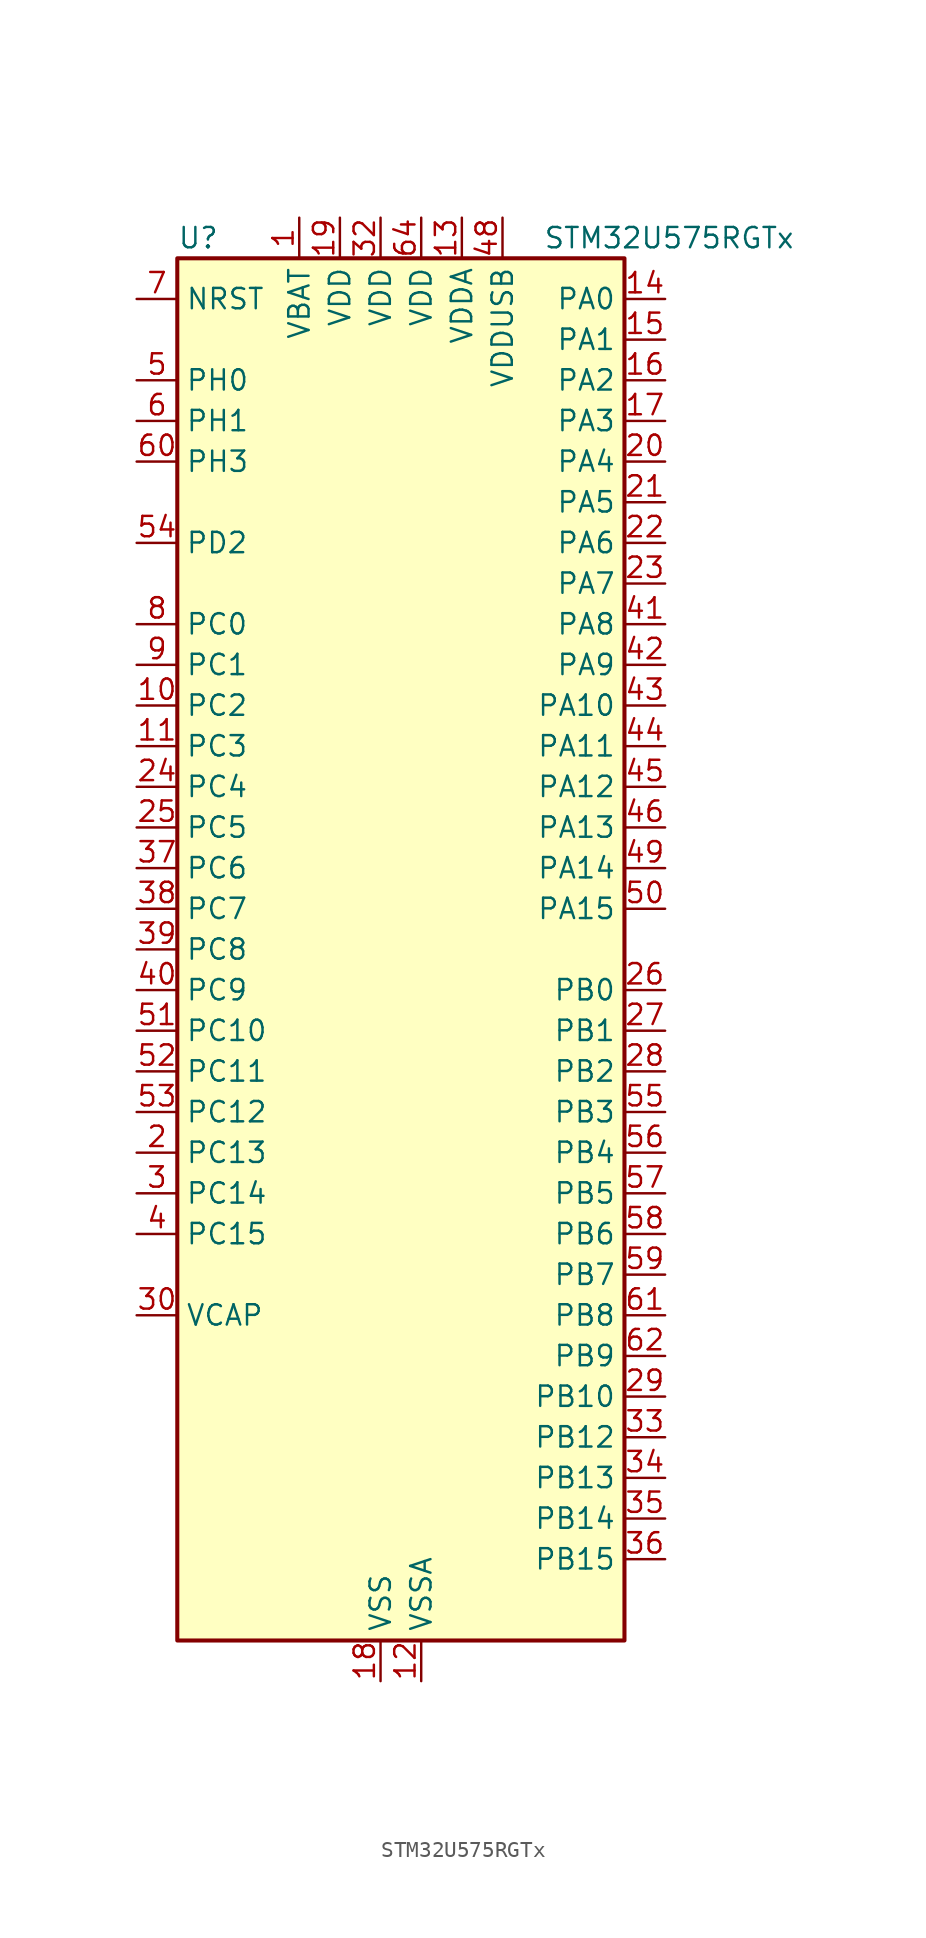
<source format=kicad_sym>
(kicad_symbol_lib
  (version 20220914)
  (generator kicad_symbol_editor)
  (symbol "STM32U575RGTx"
    (property "Reference" "U"
      (at -12.7 44.45 0)
      (effects (font (size 1.27 1.27)) (justify left)))
    (property "Value" "STM32U575RGTx"
      (at 10.16 44.45 0)
      (effects (font (size 1.27 1.27)) (justify left)))
    (property "ki_locked" ""
      (at 0 0 0)
      (effects (font (size 1.27 1.27))))
    (symbol "STM32U575RGTx_0_1"
      (rectangle (start -12.7 -43.18) (end 15.24 43.18) (stroke (width 0.254) (type default)) (fill (type background))))
    (symbol "STM32U575RGTx_1_1"
      (pin power_in line (at -5.08 45.72 270) (length 2.54) (name "VBAT" (effects (font (size 1.27 1.27)))) (number "1" (effects (font (size 1.27 1.27)))))
      (pin bidirectional line (at -15.24 15.24 0) (length 2.54) (name "PC2" (effects (font (size 1.27 1.27)))) (number "10" (effects (font (size 1.27 1.27)))) (alternate "ADC1_IN3" bidirectional line) (alternate "ADC4_IN3" bidirectional line) (alternate "LPTIM1_IN2" bidirectional line) (alternate "MDF1_CCK1" bidirectional line) (alternate "OCTOSPIM_P1_IO5" bidirectional line) (alternate "SPI2_MISO" bidirectional line))
      (pin bidirectional line (at -15.24 12.7 0) (length 2.54) (name "PC3" (effects (font (size 1.27 1.27)))) (number "11" (effects (font (size 1.27 1.27)))) (alternate "ADC1_IN4" bidirectional line) (alternate "ADC4_IN4" bidirectional line) (alternate "LPTIM1_ETR" bidirectional line) (alternate "LPTIM2_ETR" bidirectional line) (alternate "LPTIM3_CH1" bidirectional line) (alternate "OCTOSPIM_P1_IO6" bidirectional line) (alternate "SAI1_D1" bidirectional line) (alternate "SAI1_SD_A" bidirectional line) (alternate "SPI2_MOSI" bidirectional line))
      (pin power_in line (at 2.54 -45.72 90) (length 2.54) (name "VSSA" (effects (font (size 1.27 1.27)))) (number "12" (effects (font (size 1.27 1.27)))))
      (pin power_in line (at 5.08 45.72 270) (length 2.54) (name "VDDA" (effects (font (size 1.27 1.27)))) (number "13" (effects (font (size 1.27 1.27)))))
      (pin bidirectional line (at 17.78 40.64 180) (length 2.54) (name "PA0" (effects (font (size 1.27 1.27)))) (number "14" (effects (font (size 1.27 1.27)))) (alternate "ADC1_IN5" bidirectional line) (alternate "AUDIOCLK" bidirectional line) (alternate "OCTOSPIM_P2_NCS" bidirectional line) (alternate "OPAMP1_VINP" bidirectional line) (alternate "PWR_WKUP1" bidirectional line) (alternate "SDMMC2_CMD" bidirectional line) (alternate "SPI3_RDY" bidirectional line) (alternate "TAMP_IN2" bidirectional line) (alternate "TAMP_OUT1" bidirectional line) (alternate "TIM2_CH1" bidirectional line) (alternate "TIM2_ETR" bidirectional line) (alternate "TIM5_CH1" bidirectional line) (alternate "TIM8_ETR" bidirectional line) (alternate "UART4_TX" bidirectional line) (alternate "USART2_CTS" bidirectional line))
      (pin bidirectional line (at 17.78 38.1 180) (length 2.54) (name "PA1" (effects (font (size 1.27 1.27)))) (number "15" (effects (font (size 1.27 1.27)))) (alternate "ADC1_IN6" bidirectional line) (alternate "I2C1_SMBA" bidirectional line) (alternate "LPTIM1_CH2" bidirectional line) (alternate "OCTOSPIM_P1_DQS" bidirectional line) (alternate "OPAMP1_VINM" bidirectional line) (alternate "PWR_WKUP3" bidirectional line) (alternate "SPI1_SCK" bidirectional line) (alternate "TAMP_IN5" bidirectional line) (alternate "TAMP_OUT4" bidirectional line) (alternate "TIM15_CH1N" bidirectional line) (alternate "TIM2_CH2" bidirectional line) (alternate "TIM5_CH2" bidirectional line) (alternate "UART4_RX" bidirectional line) (alternate "USART2_DE" bidirectional line) (alternate "USART2_RTS" bidirectional line))
      (pin bidirectional line (at 17.78 35.56 180) (length 2.54) (name "PA2" (effects (font (size 1.27 1.27)))) (number "16" (effects (font (size 1.27 1.27)))) (alternate "ADC1_IN7" bidirectional line) (alternate "COMP1_INP" bidirectional line) (alternate "LPUART1_TX" bidirectional line) (alternate "OCTOSPIM_P1_NCS" bidirectional line) (alternate "PWR_WKUP4" bidirectional line) (alternate "RCC_LSCO" bidirectional line) (alternate "SPI1_RDY" bidirectional line) (alternate "TIM15_CH1" bidirectional line) (alternate "TIM2_CH3" bidirectional line) (alternate "TIM5_CH3" bidirectional line) (alternate "UCPD1_FRSTX1" bidirectional line) (alternate "USART2_TX" bidirectional line))
      (pin bidirectional line (at 17.78 33.02 180) (length 2.54) (name "PA3" (effects (font (size 1.27 1.27)))) (number "17" (effects (font (size 1.27 1.27)))) (alternate "ADC1_IN8" bidirectional line) (alternate "LPUART1_RX" bidirectional line) (alternate "OCTOSPIM_P1_CLK" bidirectional line) (alternate "OPAMP1_VOUT" bidirectional line) (alternate "PWR_WKUP5" bidirectional line) (alternate "SAI1_CK1" bidirectional line) (alternate "SAI1_MCLK_A" bidirectional line) (alternate "TIM15_CH2" bidirectional line) (alternate "TIM2_CH4" bidirectional line) (alternate "TIM5_CH4" bidirectional line) (alternate "USART2_RX" bidirectional line))
      (pin power_in line (at 0 -45.72 90) (length 2.54) (name "VSS" (effects (font (size 1.27 1.27)))) (number "18" (effects (font (size 1.27 1.27)))))
      (pin power_in line (at -2.54 45.72 270) (length 2.54) (name "VDD" (effects (font (size 1.27 1.27)))) (number "19" (effects (font (size 1.27 1.27)))))
      (pin bidirectional line (at -15.24 -12.7 0) (length 2.54) (name "PC13" (effects (font (size 1.27 1.27)))) (number "2" (effects (font (size 1.27 1.27)))) (alternate "PWR_WKUP2" bidirectional line) (alternate "RTC_OUT1" bidirectional line) (alternate "RTC_TS" bidirectional line) (alternate "TAMP_IN1" bidirectional line) (alternate "TAMP_OUT2" bidirectional line))
      (pin bidirectional line (at 17.78 30.48 180) (length 2.54) (name "PA4" (effects (font (size 1.27 1.27)))) (number "20" (effects (font (size 1.27 1.27)))) (alternate "ADC1_IN9" bidirectional line) (alternate "ADC4_IN9" bidirectional line) (alternate "DAC1_OUT1" bidirectional line) (alternate "DCMI_HSYNC" bidirectional line) (alternate "LPTIM2_CH1" bidirectional line) (alternate "OCTOSPIM_P1_NCS" bidirectional line) (alternate "PSSI_DE" bidirectional line) (alternate "PWR_WKUP2" bidirectional line) (alternate "SAI1_FS_B" bidirectional line) (alternate "SPI1_NSS" bidirectional line) (alternate "SPI3_NSS" bidirectional line) (alternate "USART2_CK" bidirectional line))
      (pin bidirectional line (at 17.78 27.94 180) (length 2.54) (name "PA5" (effects (font (size 1.27 1.27)))) (number "21" (effects (font (size 1.27 1.27)))) (alternate "ADC1_IN10" bidirectional line) (alternate "ADC4_IN10" bidirectional line) (alternate "DAC1_OUT2" bidirectional line) (alternate "LPTIM2_ETR" bidirectional line) (alternate "PSSI_D14" bidirectional line) (alternate "PWR_CSLEEP" bidirectional line) (alternate "PWR_WKUP6" bidirectional line) (alternate "SPI1_SCK" bidirectional line) (alternate "TIM2_CH1" bidirectional line) (alternate "TIM2_ETR" bidirectional line) (alternate "TIM8_CH1N" bidirectional line) (alternate "USART3_RX" bidirectional line))
      (pin bidirectional line (at 17.78 25.4 180) (length 2.54) (name "PA6" (effects (font (size 1.27 1.27)))) (number "22" (effects (font (size 1.27 1.27)))) (alternate "ADC1_IN11" bidirectional line) (alternate "ADC4_IN11" bidirectional line) (alternate "DCMI_PIXCLK" bidirectional line) (alternate "LPUART1_CTS" bidirectional line) (alternate "OCTOSPIM_P1_IO3" bidirectional line) (alternate "OPAMP2_VINP" bidirectional line) (alternate "PSSI_PDCK" bidirectional line) (alternate "PWR_CDSTOP" bidirectional line) (alternate "PWR_WKUP7" bidirectional line) (alternate "SPI1_MISO" bidirectional line) (alternate "TIM16_CH1" bidirectional line) (alternate "TIM1_BKIN" bidirectional line) (alternate "TIM3_CH1" bidirectional line) (alternate "TIM8_BKIN" bidirectional line) (alternate "USART3_CTS" bidirectional line))
      (pin bidirectional line (at 17.78 22.86 180) (length 2.54) (name "PA7" (effects (font (size 1.27 1.27)))) (number "23" (effects (font (size 1.27 1.27)))) (alternate "ADC1_IN12" bidirectional line) (alternate "ADC4_IN20" bidirectional line) (alternate "I2C3_SCL" bidirectional line) (alternate "LPTIM2_CH2" bidirectional line) (alternate "OCTOSPIM_P1_IO2" bidirectional line) (alternate "OPAMP2_VINM" bidirectional line) (alternate "PWR_SRDSTOP" bidirectional line) (alternate "PWR_WKUP8" bidirectional line) (alternate "SPI1_MOSI" bidirectional line) (alternate "TIM17_CH1" bidirectional line) (alternate "TIM1_CH1N" bidirectional line) (alternate "TIM3_CH2" bidirectional line) (alternate "TIM8_CH1N" bidirectional line) (alternate "USART3_TX" bidirectional line))
      (pin bidirectional line (at -15.24 10.16 0) (length 2.54) (name "PC4" (effects (font (size 1.27 1.27)))) (number "24" (effects (font (size 1.27 1.27)))) (alternate "ADC1_IN13" bidirectional line) (alternate "ADC4_IN22" bidirectional line) (alternate "COMP1_INM" bidirectional line) (alternate "OCTOSPIM_P1_IO7" bidirectional line) (alternate "USART3_TX" bidirectional line))
      (pin bidirectional line (at -15.24 7.62 0) (length 2.54) (name "PC5" (effects (font (size 1.27 1.27)))) (number "25" (effects (font (size 1.27 1.27)))) (alternate "ADC1_IN14" bidirectional line) (alternate "ADC4_IN23" bidirectional line) (alternate "COMP1_INP" bidirectional line) (alternate "PSSI_D15" bidirectional line) (alternate "PWR_WKUP5" bidirectional line) (alternate "SAI1_D3" bidirectional line) (alternate "TAMP_IN4" bidirectional line) (alternate "TAMP_OUT5" bidirectional line) (alternate "TIM1_CH4N" bidirectional line) (alternate "USART3_RX" bidirectional line))
      (pin bidirectional line (at 17.78 -2.54 180) (length 2.54) (name "PB0" (effects (font (size 1.27 1.27)))) (number "26" (effects (font (size 1.27 1.27)))) (alternate "ADC1_IN15" bidirectional line) (alternate "ADC4_IN18" bidirectional line) (alternate "AUDIOCLK" bidirectional line) (alternate "COMP1_OUT" bidirectional line) (alternate "LPTIM3_CH1" bidirectional line) (alternate "OCTOSPIM_P1_IO1" bidirectional line) (alternate "OPAMP2_VOUT" bidirectional line) (alternate "SPI1_NSS" bidirectional line) (alternate "TIM1_CH2N" bidirectional line) (alternate "TIM3_CH3" bidirectional line) (alternate "TIM8_CH2N" bidirectional line) (alternate "USART3_CK" bidirectional line))
      (pin bidirectional line (at 17.78 -5.08 180) (length 2.54) (name "PB1" (effects (font (size 1.27 1.27)))) (number "27" (effects (font (size 1.27 1.27)))) (alternate "ADC1_IN16" bidirectional line) (alternate "ADC4_IN19" bidirectional line) (alternate "COMP1_INM" bidirectional line) (alternate "LPTIM2_IN1" bidirectional line) (alternate "LPTIM3_CH2" bidirectional line) (alternate "LPUART1_DE" bidirectional line) (alternate "LPUART1_RTS" bidirectional line) (alternate "MDF1_SDI0" bidirectional line) (alternate "OCTOSPIM_P1_IO0" bidirectional line) (alternate "PWR_WKUP4" bidirectional line) (alternate "TIM1_CH3N" bidirectional line) (alternate "TIM3_CH4" bidirectional line) (alternate "TIM8_CH3N" bidirectional line) (alternate "USART3_DE" bidirectional line) (alternate "USART3_RTS" bidirectional line))
      (pin bidirectional line (at 17.78 -7.62 180) (length 2.54) (name "PB2" (effects (font (size 1.27 1.27)))) (number "28" (effects (font (size 1.27 1.27)))) (alternate "ADC1_IN17" bidirectional line) (alternate "COMP1_INP" bidirectional line) (alternate "I2C3_SMBA" bidirectional line) (alternate "LPTIM1_CH1" bidirectional line) (alternate "MDF1_CKI0" bidirectional line) (alternate "OCTOSPIM_P1_DQS" bidirectional line) (alternate "PWR_WKUP1" bidirectional line) (alternate "RTC_OUT2" bidirectional line) (alternate "SPI1_RDY" bidirectional line) (alternate "TIM8_CH4N" bidirectional line) (alternate "UCPD1_FRSTX1" bidirectional line))
      (pin bidirectional line (at 17.78 -27.94 180) (length 2.54) (name "PB10" (effects (font (size 1.27 1.27)))) (number "29" (effects (font (size 1.27 1.27)))) (alternate "COMP1_OUT" bidirectional line) (alternate "I2C2_SCL" bidirectional line) (alternate "I2C4_SCL" bidirectional line) (alternate "LPTIM3_CH1" bidirectional line) (alternate "LPUART1_RX" bidirectional line) (alternate "OCTOSPIM_P1_CLK" bidirectional line) (alternate "PWR_WKUP8" bidirectional line) (alternate "SAI1_SCK_A" bidirectional line) (alternate "SPI2_SCK" bidirectional line) (alternate "TIM2_CH3" bidirectional line) (alternate "TSC_SYNC" bidirectional line) (alternate "USART3_TX" bidirectional line))
      (pin bidirectional line (at -15.24 -15.24 0) (length 2.54) (name "PC14" (effects (font (size 1.27 1.27)))) (number "3" (effects (font (size 1.27 1.27)))) (alternate "RCC_OSC32_IN" bidirectional line))
      (pin power_out line (at -15.24 -22.86 0) (length 2.54) (name "VCAP" (effects (font (size 1.27 1.27)))) (number "30" (effects (font (size 1.27 1.27)))))
      (pin passive line (at 0 -45.72 90) (length 2.54) hide (name "VSS" (effects (font (size 1.27 1.27)))) (number "31" (effects (font (size 1.27 1.27)))))
      (pin power_in line (at 0 45.72 270) (length 2.54) (name "VDD" (effects (font (size 1.27 1.27)))) (number "32" (effects (font (size 1.27 1.27)))))
      (pin bidirectional line (at 17.78 -30.48 180) (length 2.54) (name "PB12" (effects (font (size 1.27 1.27)))) (number "33" (effects (font (size 1.27 1.27)))) (alternate "I2C2_SMBA" bidirectional line) (alternate "LPUART1_DE" bidirectional line) (alternate "LPUART1_RTS" bidirectional line) (alternate "MDF1_SDI1" bidirectional line) (alternate "OCTOSPIM_P1_NCLK" bidirectional line) (alternate "SPI2_NSS" bidirectional line) (alternate "TIM15_BKIN" bidirectional line) (alternate "TIM1_BKIN" bidirectional line) (alternate "TSC_G1_IO1" bidirectional line) (alternate "USART3_CK" bidirectional line))
      (pin bidirectional line (at 17.78 -33.02 180) (length 2.54) (name "PB13" (effects (font (size 1.27 1.27)))) (number "34" (effects (font (size 1.27 1.27)))) (alternate "I2C2_SCL" bidirectional line) (alternate "LPTIM3_IN1" bidirectional line) (alternate "LPUART1_CTS" bidirectional line) (alternate "MDF1_CKI1" bidirectional line) (alternate "SPI2_SCK" bidirectional line) (alternate "TIM15_CH1N" bidirectional line) (alternate "TIM1_CH1N" bidirectional line) (alternate "TSC_G1_IO2" bidirectional line) (alternate "USART3_CTS" bidirectional line))
      (pin bidirectional line (at 17.78 -35.56 180) (length 2.54) (name "PB14" (effects (font (size 1.27 1.27)))) (number "35" (effects (font (size 1.27 1.27)))) (alternate "I2C2_SDA" bidirectional line) (alternate "LPTIM3_ETR" bidirectional line) (alternate "MDF1_SDI2" bidirectional line) (alternate "SDMMC2_D0" bidirectional line) (alternate "SPI2_MISO" bidirectional line) (alternate "TIM15_CH1" bidirectional line) (alternate "TIM1_CH2N" bidirectional line) (alternate "TIM8_CH2N" bidirectional line) (alternate "TSC_G1_IO3" bidirectional line) (alternate "UCPD1_DBCC2" bidirectional line) (alternate "USART3_DE" bidirectional line) (alternate "USART3_RTS" bidirectional line))
      (pin bidirectional line (at 17.78 -38.1 180) (length 2.54) (name "PB15" (effects (font (size 1.27 1.27)))) (number "36" (effects (font (size 1.27 1.27)))) (alternate "ADC1_EXTI15" bidirectional line) (alternate "ADC4_EXTI15" bidirectional line) (alternate "LPTIM2_IN2" bidirectional line) (alternate "MDF1_CKI2" bidirectional line) (alternate "PWR_WKUP7" bidirectional line) (alternate "RTC_REFIN" bidirectional line) (alternate "SDMMC2_D1" bidirectional line) (alternate "SPI2_MOSI" bidirectional line) (alternate "TIM15_CH2" bidirectional line) (alternate "TIM1_CH3N" bidirectional line) (alternate "TIM8_CH3N" bidirectional line) (alternate "UCPD1_CC2" bidirectional line))
      (pin bidirectional line (at -15.24 5.08 0) (length 2.54) (name "PC6" (effects (font (size 1.27 1.27)))) (number "37" (effects (font (size 1.27 1.27)))) (alternate "DCMI_D0" bidirectional line) (alternate "MDF1_CKI3" bidirectional line) (alternate "PSSI_D0" bidirectional line) (alternate "PWR_CSLEEP" bidirectional line) (alternate "SDMMC1_D0DIR" bidirectional line) (alternate "SDMMC1_D6" bidirectional line) (alternate "SDMMC2_D6" bidirectional line) (alternate "TIM3_CH1" bidirectional line) (alternate "TIM8_CH1" bidirectional line) (alternate "TSC_G4_IO1" bidirectional line))
      (pin bidirectional line (at -15.24 2.54 0) (length 2.54) (name "PC7" (effects (font (size 1.27 1.27)))) (number "38" (effects (font (size 1.27 1.27)))) (alternate "DCMI_D1" bidirectional line) (alternate "LPTIM2_CH2" bidirectional line) (alternate "MDF1_SDI3" bidirectional line) (alternate "PSSI_D1" bidirectional line) (alternate "PWR_CDSTOP" bidirectional line) (alternate "SDMMC1_D123DIR" bidirectional line) (alternate "SDMMC1_D7" bidirectional line) (alternate "SDMMC2_D7" bidirectional line) (alternate "TIM3_CH2" bidirectional line) (alternate "TIM8_CH2" bidirectional line) (alternate "TSC_G4_IO2" bidirectional line))
      (pin bidirectional line (at -15.24 0 0) (length 2.54) (name "PC8" (effects (font (size 1.27 1.27)))) (number "39" (effects (font (size 1.27 1.27)))) (alternate "DCMI_D2" bidirectional line) (alternate "LPTIM3_CH1" bidirectional line) (alternate "PSSI_D2" bidirectional line) (alternate "PWR_SRDSTOP" bidirectional line) (alternate "SDMMC1_D0" bidirectional line) (alternate "TIM3_CH3" bidirectional line) (alternate "TIM8_CH3" bidirectional line) (alternate "TSC_G4_IO3" bidirectional line))
      (pin bidirectional line (at -15.24 -17.78 0) (length 2.54) (name "PC15" (effects (font (size 1.27 1.27)))) (number "4" (effects (font (size 1.27 1.27)))) (alternate "ADC1_EXTI15" bidirectional line) (alternate "ADC4_EXTI15" bidirectional line) (alternate "RCC_OSC32_OUT" bidirectional line))
      (pin bidirectional line (at -15.24 -2.54 0) (length 2.54) (name "PC9" (effects (font (size 1.27 1.27)))) (number "40" (effects (font (size 1.27 1.27)))) (alternate "DAC1_EXTI9" bidirectional line) (alternate "DCMI_D3" bidirectional line) (alternate "DEBUG_TRACED0" bidirectional line) (alternate "LPTIM3_CH2" bidirectional line) (alternate "PSSI_D3" bidirectional line) (alternate "SDMMC1_D1" bidirectional line) (alternate "TIM3_CH4" bidirectional line) (alternate "TIM8_BKIN2" bidirectional line) (alternate "TIM8_CH4" bidirectional line) (alternate "TSC_G4_IO4" bidirectional line) (alternate "USB_OTG_FS_NOE" bidirectional line))
      (pin bidirectional line (at 17.78 20.32 180) (length 2.54) (name "PA8" (effects (font (size 1.27 1.27)))) (number "41" (effects (font (size 1.27 1.27)))) (alternate "DEBUG_TRACECLK" bidirectional line) (alternate "LPTIM2_CH1" bidirectional line) (alternate "RCC_MCO" bidirectional line) (alternate "SAI1_CK2" bidirectional line) (alternate "SAI1_SCK_A" bidirectional line) (alternate "SPI1_RDY" bidirectional line) (alternate "TIM1_CH1" bidirectional line) (alternate "USART1_CK" bidirectional line) (alternate "USB_OTG_FS_SOF" bidirectional line))
      (pin bidirectional line (at 17.78 17.78 180) (length 2.54) (name "PA9" (effects (font (size 1.27 1.27)))) (number "42" (effects (font (size 1.27 1.27)))) (alternate "DAC1_EXTI9" bidirectional line) (alternate "DCMI_D0" bidirectional line) (alternate "PSSI_D0" bidirectional line) (alternate "SAI1_FS_A" bidirectional line) (alternate "SPI2_SCK" bidirectional line) (alternate "TIM15_BKIN" bidirectional line) (alternate "TIM1_CH2" bidirectional line) (alternate "USART1_TX" bidirectional line) (alternate "USB_OTG_FS_VBUS" bidirectional line))
      (pin bidirectional line (at 17.78 15.24 180) (length 2.54) (name "PA10" (effects (font (size 1.27 1.27)))) (number "43" (effects (font (size 1.27 1.27)))) (alternate "CRS_SYNC" bidirectional line) (alternate "DCMI_D1" bidirectional line) (alternate "LPTIM2_IN2" bidirectional line) (alternate "PSSI_D1" bidirectional line) (alternate "SAI1_D1" bidirectional line) (alternate "SAI1_SD_A" bidirectional line) (alternate "TIM17_BKIN" bidirectional line) (alternate "TIM1_CH3" bidirectional line) (alternate "USART1_RX" bidirectional line) (alternate "USB_OTG_FS_ID" bidirectional line))
      (pin bidirectional line (at 17.78 12.7 180) (length 2.54) (name "PA11" (effects (font (size 1.27 1.27)))) (number "44" (effects (font (size 1.27 1.27)))) (alternate "ADC1_EXTI11" bidirectional line) (alternate "FDCAN1_RX" bidirectional line) (alternate "SPI1_MISO" bidirectional line) (alternate "TIM1_BKIN2" bidirectional line) (alternate "TIM1_CH4" bidirectional line) (alternate "USART1_CTS" bidirectional line) (alternate "USB_OTG_FS_DM" bidirectional line))
      (pin bidirectional line (at 17.78 10.16 180) (length 2.54) (name "PA12" (effects (font (size 1.27 1.27)))) (number "45" (effects (font (size 1.27 1.27)))) (alternate "FDCAN1_TX" bidirectional line) (alternate "OCTOSPIM_P2_NCS" bidirectional line) (alternate "SPI1_MOSI" bidirectional line) (alternate "TIM1_ETR" bidirectional line) (alternate "USART1_DE" bidirectional line) (alternate "USART1_RTS" bidirectional line) (alternate "USB_OTG_FS_DP" bidirectional line))
      (pin bidirectional line (at 17.78 7.62 180) (length 2.54) (name "PA13" (effects (font (size 1.27 1.27)))) (number "46" (effects (font (size 1.27 1.27)))) (alternate "DEBUG_JTMS-SWDIO" bidirectional line) (alternate "IR_OUT" bidirectional line) (alternate "SAI1_SD_B" bidirectional line) (alternate "USB_OTG_FS_NOE" bidirectional line))
      (pin passive line (at 0 -45.72 90) (length 2.54) hide (name "VSS" (effects (font (size 1.27 1.27)))) (number "47" (effects (font (size 1.27 1.27)))))
      (pin power_in line (at 7.62 45.72 270) (length 2.54) (name "VDDUSB" (effects (font (size 1.27 1.27)))) (number "48" (effects (font (size 1.27 1.27)))))
      (pin bidirectional line (at 17.78 5.08 180) (length 2.54) (name "PA14" (effects (font (size 1.27 1.27)))) (number "49" (effects (font (size 1.27 1.27)))) (alternate "DEBUG_JTCK-SWCLK" bidirectional line) (alternate "I2C1_SMBA" bidirectional line) (alternate "I2C4_SMBA" bidirectional line) (alternate "LPTIM1_CH1" bidirectional line) (alternate "SAI1_FS_B" bidirectional line) (alternate "USB_OTG_FS_SOF" bidirectional line))
      (pin bidirectional line (at -15.24 35.56 0) (length 2.54) (name "PH0" (effects (font (size 1.27 1.27)))) (number "5" (effects (font (size 1.27 1.27)))) (alternate "RCC_OSC_IN" bidirectional line))
      (pin bidirectional line (at 17.78 2.54 180) (length 2.54) (name "PA15" (effects (font (size 1.27 1.27)))) (number "50" (effects (font (size 1.27 1.27)))) (alternate "ADC1_EXTI15" bidirectional line) (alternate "ADC4_EXTI15" bidirectional line) (alternate "DEBUG_JTDI" bidirectional line) (alternate "SPI1_NSS" bidirectional line) (alternate "SPI3_NSS" bidirectional line) (alternate "TIM2_CH1" bidirectional line) (alternate "TIM2_ETR" bidirectional line) (alternate "UART4_DE" bidirectional line) (alternate "UART4_RTS" bidirectional line) (alternate "UCPD1_CC1" bidirectional line) (alternate "USART2_RX" bidirectional line) (alternate "USART3_DE" bidirectional line) (alternate "USART3_RTS" bidirectional line))
      (pin bidirectional line (at -15.24 -5.08 0) (length 2.54) (name "PC10" (effects (font (size 1.27 1.27)))) (number "51" (effects (font (size 1.27 1.27)))) (alternate "ADF1_CCK1" bidirectional line) (alternate "DCMI_D8" bidirectional line) (alternate "DEBUG_TRACED1" bidirectional line) (alternate "LPTIM3_ETR" bidirectional line) (alternate "PSSI_D8" bidirectional line) (alternate "SDMMC1_D2" bidirectional line) (alternate "SPI3_SCK" bidirectional line) (alternate "TSC_G3_IO2" bidirectional line) (alternate "UART4_TX" bidirectional line) (alternate "USART3_TX" bidirectional line))
      (pin bidirectional line (at -15.24 -7.62 0) (length 2.54) (name "PC11" (effects (font (size 1.27 1.27)))) (number "52" (effects (font (size 1.27 1.27)))) (alternate "ADC1_EXTI11" bidirectional line) (alternate "ADF1_SDI0" bidirectional line) (alternate "DCMI_D2" bidirectional line) (alternate "DCMI_D4" bidirectional line) (alternate "LPTIM3_IN1" bidirectional line) (alternate "OCTOSPIM_P1_NCS" bidirectional line) (alternate "PSSI_D2" bidirectional line) (alternate "PSSI_D4" bidirectional line) (alternate "SDMMC1_D3" bidirectional line) (alternate "SPI3_MISO" bidirectional line) (alternate "TSC_G3_IO3" bidirectional line) (alternate "UART4_RX" bidirectional line) (alternate "UCPD1_FRSTX2" bidirectional line) (alternate "USART3_RX" bidirectional line))
      (pin bidirectional line (at -15.24 -10.16 0) (length 2.54) (name "PC12" (effects (font (size 1.27 1.27)))) (number "53" (effects (font (size 1.27 1.27)))) (alternate "DCMI_D9" bidirectional line) (alternate "DEBUG_TRACED3" bidirectional line) (alternate "PSSI_D9" bidirectional line) (alternate "SDMMC1_CK" bidirectional line) (alternate "SPI3_MOSI" bidirectional line) (alternate "TSC_G3_IO4" bidirectional line) (alternate "UART5_TX" bidirectional line) (alternate "USART3_CK" bidirectional line))
      (pin bidirectional line (at -15.24 25.4 0) (length 2.54) (name "PD2" (effects (font (size 1.27 1.27)))) (number "54" (effects (font (size 1.27 1.27)))) (alternate "DCMI_D11" bidirectional line) (alternate "DEBUG_TRACED2" bidirectional line) (alternate "LPTIM4_ETR" bidirectional line) (alternate "PSSI_D11" bidirectional line) (alternate "SDMMC1_CMD" bidirectional line) (alternate "TIM3_ETR" bidirectional line) (alternate "TSC_SYNC" bidirectional line) (alternate "UART5_RX" bidirectional line) (alternate "USART3_DE" bidirectional line) (alternate "USART3_RTS" bidirectional line))
      (pin bidirectional line (at 17.78 -10.16 180) (length 2.54) (name "PB3" (effects (font (size 1.27 1.27)))) (number "55" (effects (font (size 1.27 1.27)))) (alternate "ADF1_CCK0" bidirectional line) (alternate "COMP2_INM" bidirectional line) (alternate "CRS_SYNC" bidirectional line) (alternate "DEBUG_JTDO-SWO" bidirectional line) (alternate "I2C1_SDA" bidirectional line) (alternate "LPTIM1_CH1" bidirectional line) (alternate "SAI1_SCK_B" bidirectional line) (alternate "SDMMC2_D2" bidirectional line) (alternate "SPI1_SCK" bidirectional line) (alternate "SPI3_SCK" bidirectional line) (alternate "TIM2_CH2" bidirectional line) (alternate "USART1_DE" bidirectional line) (alternate "USART1_RTS" bidirectional line))
      (pin bidirectional line (at 17.78 -12.7 180) (length 2.54) (name "PB4" (effects (font (size 1.27 1.27)))) (number "56" (effects (font (size 1.27 1.27)))) (alternate "ADF1_SDI0" bidirectional line) (alternate "COMP2_INP" bidirectional line) (alternate "DCMI_D12" bidirectional line) (alternate "DEBUG_JTRST" bidirectional line) (alternate "I2C3_SDA" bidirectional line) (alternate "LPTIM1_CH2" bidirectional line) (alternate "PSSI_D12" bidirectional line) (alternate "SAI1_MCLK_B" bidirectional line) (alternate "SDMMC2_D3" bidirectional line) (alternate "SPI1_MISO" bidirectional line) (alternate "SPI3_MISO" bidirectional line) (alternate "TIM17_BKIN" bidirectional line) (alternate "TIM3_CH1" bidirectional line) (alternate "TSC_G2_IO1" bidirectional line) (alternate "UART5_DE" bidirectional line) (alternate "UART5_RTS" bidirectional line) (alternate "USART1_CTS" bidirectional line))
      (pin bidirectional line (at 17.78 -15.24 180) (length 2.54) (name "PB5" (effects (font (size 1.27 1.27)))) (number "57" (effects (font (size 1.27 1.27)))) (alternate "COMP2_OUT" bidirectional line) (alternate "DCMI_D10" bidirectional line) (alternate "I2C1_SMBA" bidirectional line) (alternate "LPTIM1_IN1" bidirectional line) (alternate "OCTOSPIM_P1_NCLK" bidirectional line) (alternate "PSSI_D10" bidirectional line) (alternate "PWR_WKUP6" bidirectional line) (alternate "SAI1_SD_B" bidirectional line) (alternate "SPI1_MOSI" bidirectional line) (alternate "SPI3_MOSI" bidirectional line) (alternate "TIM16_BKIN" bidirectional line) (alternate "TIM3_CH2" bidirectional line) (alternate "TSC_G2_IO2" bidirectional line) (alternate "UART5_CTS" bidirectional line) (alternate "UCPD1_DBCC1" bidirectional line) (alternate "USART1_CK" bidirectional line))
      (pin bidirectional line (at 17.78 -17.78 180) (length 2.54) (name "PB6" (effects (font (size 1.27 1.27)))) (number "58" (effects (font (size 1.27 1.27)))) (alternate "COMP2_INP" bidirectional line) (alternate "DCMI_D5" bidirectional line) (alternate "I2C1_SCL" bidirectional line) (alternate "I2C4_SCL" bidirectional line) (alternate "LPTIM1_ETR" bidirectional line) (alternate "MDF1_SDI5" bidirectional line) (alternate "PSSI_D5" bidirectional line) (alternate "PWR_WKUP3" bidirectional line) (alternate "SAI1_FS_B" bidirectional line) (alternate "TIM16_CH1N" bidirectional line) (alternate "TIM4_CH1" bidirectional line) (alternate "TIM8_BKIN2" bidirectional line) (alternate "TSC_G2_IO3" bidirectional line) (alternate "USART1_TX" bidirectional line))
      (pin bidirectional line (at 17.78 -20.32 180) (length 2.54) (name "PB7" (effects (font (size 1.27 1.27)))) (number "59" (effects (font (size 1.27 1.27)))) (alternate "COMP2_INM" bidirectional line) (alternate "DCMI_VSYNC" bidirectional line) (alternate "I2C1_SDA" bidirectional line) (alternate "I2C4_SDA" bidirectional line) (alternate "LPTIM1_IN2" bidirectional line) (alternate "MDF1_CKI5" bidirectional line) (alternate "PSSI_RDY" bidirectional line) (alternate "PWR_PVD_IN" bidirectional line) (alternate "PWR_WKUP4" bidirectional line) (alternate "TIM17_CH1N" bidirectional line) (alternate "TIM4_CH2" bidirectional line) (alternate "TIM8_BKIN" bidirectional line) (alternate "TSC_G2_IO4" bidirectional line) (alternate "UART4_CTS" bidirectional line) (alternate "USART1_RX" bidirectional line))
      (pin bidirectional line (at -15.24 33.02 0) (length 2.54) (name "PH1" (effects (font (size 1.27 1.27)))) (number "6" (effects (font (size 1.27 1.27)))) (alternate "RCC_OSC_OUT" bidirectional line))
      (pin bidirectional line (at -15.24 30.48 0) (length 2.54) (name "PH3" (effects (font (size 1.27 1.27)))) (number "60" (effects (font (size 1.27 1.27)))))
      (pin bidirectional line (at 17.78 -22.86 180) (length 2.54) (name "PB8" (effects (font (size 1.27 1.27)))) (number "61" (effects (font (size 1.27 1.27)))) (alternate "DCMI_D6" bidirectional line) (alternate "FDCAN1_RX" bidirectional line) (alternate "I2C1_SCL" bidirectional line) (alternate "MDF1_CCK0" bidirectional line) (alternate "PSSI_D6" bidirectional line) (alternate "PWR_WKUP5" bidirectional line) (alternate "SAI1_CK1" bidirectional line) (alternate "SAI1_MCLK_A" bidirectional line) (alternate "SDMMC1_CKIN" bidirectional line) (alternate "SDMMC1_D4" bidirectional line) (alternate "SDMMC2_D4" bidirectional line) (alternate "SPI3_RDY" bidirectional line) (alternate "TIM16_CH1" bidirectional line) (alternate "TIM4_CH3" bidirectional line))
      (pin bidirectional line (at 17.78 -25.4 180) (length 2.54) (name "PB9" (effects (font (size 1.27 1.27)))) (number "62" (effects (font (size 1.27 1.27)))) (alternate "DAC1_EXTI9" bidirectional line) (alternate "DCMI_D7" bidirectional line) (alternate "FDCAN1_TX" bidirectional line) (alternate "I2C1_SDA" bidirectional line) (alternate "IR_OUT" bidirectional line) (alternate "PSSI_D7" bidirectional line) (alternate "SAI1_D2" bidirectional line) (alternate "SAI1_FS_A" bidirectional line) (alternate "SDMMC1_CDIR" bidirectional line) (alternate "SDMMC1_D5" bidirectional line) (alternate "SDMMC2_D5" bidirectional line) (alternate "SPI2_NSS" bidirectional line) (alternate "TIM17_CH1" bidirectional line) (alternate "TIM4_CH4" bidirectional line))
      (pin passive line (at 0 -45.72 90) (length 2.54) hide (name "VSS" (effects (font (size 1.27 1.27)))) (number "63" (effects (font (size 1.27 1.27)))))
      (pin power_in line (at 2.54 45.72 270) (length 2.54) (name "VDD" (effects (font (size 1.27 1.27)))) (number "64" (effects (font (size 1.27 1.27)))))
      (pin input line (at -15.24 40.64 0) (length 2.54) (name "NRST" (effects (font (size 1.27 1.27)))) (number "7" (effects (font (size 1.27 1.27)))))
      (pin bidirectional line (at -15.24 20.32 0) (length 2.54) (name "PC0" (effects (font (size 1.27 1.27)))) (number "8" (effects (font (size 1.27 1.27)))) (alternate "ADC1_IN1" bidirectional line) (alternate "ADC4_IN1" bidirectional line) (alternate "I2C3_SCL" bidirectional line) (alternate "LPTIM1_IN1" bidirectional line) (alternate "LPTIM2_IN1" bidirectional line) (alternate "LPUART1_RX" bidirectional line) (alternate "MDF1_SDI4" bidirectional line) (alternate "OCTOSPIM_P1_IO7" bidirectional line) (alternate "SDMMC1_D5" bidirectional line) (alternate "SPI2_RDY" bidirectional line))
      (pin bidirectional line (at -15.24 17.78 0) (length 2.54) (name "PC1" (effects (font (size 1.27 1.27)))) (number "9" (effects (font (size 1.27 1.27)))) (alternate "ADC1_IN2" bidirectional line) (alternate "ADC4_IN2" bidirectional line) (alternate "DEBUG_TRACED0" bidirectional line) (alternate "I2C3_SDA" bidirectional line) (alternate "LPTIM1_CH1" bidirectional line) (alternate "LPUART1_TX" bidirectional line) (alternate "MDF1_CKI4" bidirectional line) (alternate "OCTOSPIM_P1_IO4" bidirectional line) (alternate "SAI1_SD_A" bidirectional line) (alternate "SDMMC2_CK" bidirectional line) (alternate "SPI2_MOSI" bidirectional line)))))
</source>
